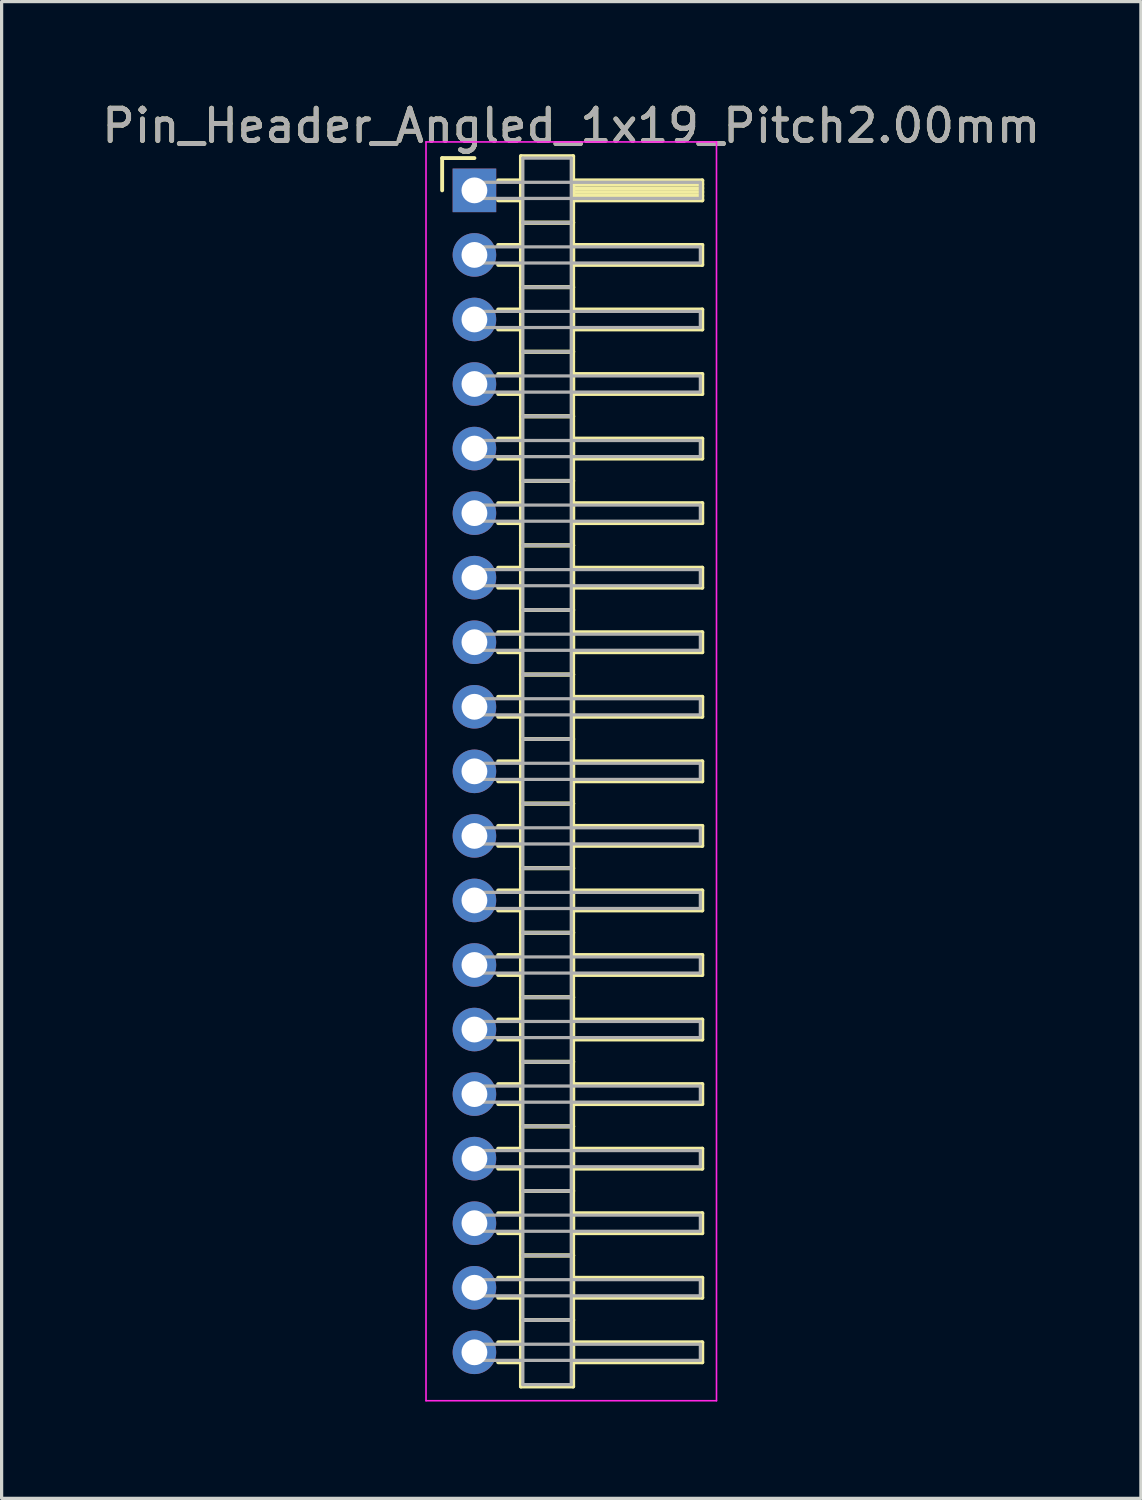
<source format=kicad_pcb>
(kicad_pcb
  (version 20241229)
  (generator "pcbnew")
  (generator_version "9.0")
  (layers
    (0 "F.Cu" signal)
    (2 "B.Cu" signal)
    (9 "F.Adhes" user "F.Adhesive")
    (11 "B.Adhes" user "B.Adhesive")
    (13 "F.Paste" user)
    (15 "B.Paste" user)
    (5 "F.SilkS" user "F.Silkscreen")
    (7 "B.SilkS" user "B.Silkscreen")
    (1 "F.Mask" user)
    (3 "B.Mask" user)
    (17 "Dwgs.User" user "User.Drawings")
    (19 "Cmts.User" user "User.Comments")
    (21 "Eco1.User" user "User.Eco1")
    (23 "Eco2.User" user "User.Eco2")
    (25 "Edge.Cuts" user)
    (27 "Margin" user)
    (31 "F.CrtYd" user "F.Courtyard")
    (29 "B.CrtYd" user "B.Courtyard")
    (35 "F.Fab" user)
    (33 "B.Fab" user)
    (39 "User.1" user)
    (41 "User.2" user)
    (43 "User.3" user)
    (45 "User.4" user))
  (footprint "Pin_Header_Angled_1x19_Pitch2.00mm"
    (layer "F.Cu")
    (at 11.649 2.848)
    (property "Reference" "Pin_Header_Angled_1x19_Pitch2.00mm" (at 3 -2 0) (layer "F.SilkS") (effects (font (size 1 1) (thickness 0.15))))
    (attr through_hole)
    (fp_line (start -1 -1) (end 0 -1) (stroke (width 0.12) (type solid)) (layer "F.SilkS"))
    (fp_line (start -1 0) (end -1 -1) (stroke (width 0.12) (type solid)) (layer "F.SilkS"))
    (fp_line (start 0.735 -0.31) (end 1.44 -0.31) (stroke (width 0.12) (type solid)) (layer "F.SilkS"))
    (fp_line (start 0.735 0.31) (end 1.44 0.31) (stroke (width 0.12) (type solid)) (layer "F.SilkS"))
    (fp_line (start 0.735 1.69) (end 1.44 1.69) (stroke (width 0.12) (type solid)) (layer "F.SilkS"))
    (fp_line (start 0.735 2.31) (end 1.44 2.31) (stroke (width 0.12) (type solid)) (layer "F.SilkS"))
    (fp_line (start 0.735 3.69) (end 1.44 3.69) (stroke (width 0.12) (type solid)) (layer "F.SilkS"))
    (fp_line (start 0.735 4.31) (end 1.44 4.31) (stroke (width 0.12) (type solid)) (layer "F.SilkS"))
    (fp_line (start 0.735 5.69) (end 1.44 5.69) (stroke (width 0.12) (type solid)) (layer "F.SilkS"))
    (fp_line (start 0.735 6.31) (end 1.44 6.31) (stroke (width 0.12) (type solid)) (layer "F.SilkS"))
    (fp_line (start 0.735 7.69) (end 1.44 7.69) (stroke (width 0.12) (type solid)) (layer "F.SilkS"))
    (fp_line (start 0.735 8.31) (end 1.44 8.31) (stroke (width 0.12) (type solid)) (layer "F.SilkS"))
    (fp_line (start 0.735 9.69) (end 1.44 9.69) (stroke (width 0.12) (type solid)) (layer "F.SilkS"))
    (fp_line (start 0.735 10.31) (end 1.44 10.31) (stroke (width 0.12) (type solid)) (layer "F.SilkS"))
    (fp_line (start 0.735 11.69) (end 1.44 11.69) (stroke (width 0.12) (type solid)) (layer "F.SilkS"))
    (fp_line (start 0.735 12.31) (end 1.44 12.31) (stroke (width 0.12) (type solid)) (layer "F.SilkS"))
    (fp_line (start 0.735 13.69) (end 1.44 13.69) (stroke (width 0.12) (type solid)) (layer "F.SilkS"))
    (fp_line (start 0.735 14.31) (end 1.44 14.31) (stroke (width 0.12) (type solid)) (layer "F.SilkS"))
    (fp_line (start 0.735 15.69) (end 1.44 15.69) (stroke (width 0.12) (type solid)) (layer "F.SilkS"))
    (fp_line (start 0.735 16.31) (end 1.44 16.31) (stroke (width 0.12) (type solid)) (layer "F.SilkS"))
    (fp_line (start 0.735 17.69) (end 1.44 17.69) (stroke (width 0.12) (type solid)) (layer "F.SilkS"))
    (fp_line (start 0.735 18.31) (end 1.44 18.31) (stroke (width 0.12) (type solid)) (layer "F.SilkS"))
    (fp_line (start 0.735 19.69) (end 1.44 19.69) (stroke (width 0.12) (type solid)) (layer "F.SilkS"))
    (fp_line (start 0.735 20.31) (end 1.44 20.31) (stroke (width 0.12) (type solid)) (layer "F.SilkS"))
    (fp_line (start 0.735 21.69) (end 1.44 21.69) (stroke (width 0.12) (type solid)) (layer "F.SilkS"))
    (fp_line (start 0.735 22.31) (end 1.44 22.31) (stroke (width 0.12) (type solid)) (layer "F.SilkS"))
    (fp_line (start 0.735 23.69) (end 1.44 23.69) (stroke (width 0.12) (type solid)) (layer "F.SilkS"))
    (fp_line (start 0.735 24.31) (end 1.44 24.31) (stroke (width 0.12) (type solid)) (layer "F.SilkS"))
    (fp_line (start 0.735 25.69) (end 1.44 25.69) (stroke (width 0.12) (type solid)) (layer "F.SilkS"))
    (fp_line (start 0.735 26.31) (end 1.44 26.31) (stroke (width 0.12) (type solid)) (layer "F.SilkS"))
    (fp_line (start 0.735 27.69) (end 1.44 27.69) (stroke (width 0.12) (type solid)) (layer "F.SilkS"))
    (fp_line (start 0.735 28.31) (end 1.44 28.31) (stroke (width 0.12) (type solid)) (layer "F.SilkS"))
    (fp_line (start 0.735 29.69) (end 1.44 29.69) (stroke (width 0.12) (type solid)) (layer "F.SilkS"))
    (fp_line (start 0.735 30.31) (end 1.44 30.31) (stroke (width 0.12) (type solid)) (layer "F.SilkS"))
    (fp_line (start 0.735 31.69) (end 1.44 31.69) (stroke (width 0.12) (type solid)) (layer "F.SilkS"))
    (fp_line (start 0.735 32.31) (end 1.44 32.31) (stroke (width 0.12) (type solid)) (layer "F.SilkS"))
    (fp_line (start 0.735 33.69) (end 1.44 33.69) (stroke (width 0.12) (type solid)) (layer "F.SilkS"))
    (fp_line (start 0.735 34.31) (end 1.44 34.31) (stroke (width 0.12) (type solid)) (layer "F.SilkS"))
    (fp_line (start 0.735 35.69) (end 1.44 35.69) (stroke (width 0.12) (type solid)) (layer "F.SilkS"))
    (fp_line (start 0.735 36.31) (end 1.44 36.31) (stroke (width 0.12) (type solid)) (layer "F.SilkS"))
    (fp_line (start 1.44 -1.06) (end 1.44 1) (stroke (width 0.12) (type solid)) (layer "F.SilkS"))
    (fp_line (start 1.44 1) (end 1.44 3) (stroke (width 0.12) (type solid)) (layer "F.SilkS"))
    (fp_line (start 1.44 1) (end 3.06 1) (stroke (width 0.12) (type solid)) (layer "F.SilkS"))
    (fp_line (start 1.44 3) (end 1.44 5) (stroke (width 0.12) (type solid)) (layer "F.SilkS"))
    (fp_line (start 1.44 3) (end 3.06 3) (stroke (width 0.12) (type solid)) (layer "F.SilkS"))
    (fp_line (start 1.44 5) (end 1.44 7) (stroke (width 0.12) (type solid)) (layer "F.SilkS"))
    (fp_line (start 1.44 5) (end 3.06 5) (stroke (width 0.12) (type solid)) (layer "F.SilkS"))
    (fp_line (start 1.44 7) (end 1.44 9) (stroke (width 0.12) (type solid)) (layer "F.SilkS"))
    (fp_line (start 1.44 7) (end 3.06 7) (stroke (width 0.12) (type solid)) (layer "F.SilkS"))
    (fp_line (start 1.44 9) (end 1.44 11) (stroke (width 0.12) (type solid)) (layer "F.SilkS"))
    (fp_line (start 1.44 9) (end 3.06 9) (stroke (width 0.12) (type solid)) (layer "F.SilkS"))
    (fp_line (start 1.44 11) (end 1.44 13) (stroke (width 0.12) (type solid)) (layer "F.SilkS"))
    (fp_line (start 1.44 11) (end 3.06 11) (stroke (width 0.12) (type solid)) (layer "F.SilkS"))
    (fp_line (start 1.44 13) (end 1.44 15) (stroke (width 0.12) (type solid)) (layer "F.SilkS"))
    (fp_line (start 1.44 13) (end 3.06 13) (stroke (width 0.12) (type solid)) (layer "F.SilkS"))
    (fp_line (start 1.44 15) (end 1.44 17) (stroke (width 0.12) (type solid)) (layer "F.SilkS"))
    (fp_line (start 1.44 15) (end 3.06 15) (stroke (width 0.12) (type solid)) (layer "F.SilkS"))
    (fp_line (start 1.44 17) (end 1.44 19) (stroke (width 0.12) (type solid)) (layer "F.SilkS"))
    (fp_line (start 1.44 17) (end 3.06 17) (stroke (width 0.12) (type solid)) (layer "F.SilkS"))
    (fp_line (start 1.44 19) (end 1.44 21) (stroke (width 0.12) (type solid)) (layer "F.SilkS"))
    (fp_line (start 1.44 19) (end 3.06 19) (stroke (width 0.12) (type solid)) (layer "F.SilkS"))
    (fp_line (start 1.44 21) (end 1.44 23) (stroke (width 0.12) (type solid)) (layer "F.SilkS"))
    (fp_line (start 1.44 21) (end 3.06 21) (stroke (width 0.12) (type solid)) (layer "F.SilkS"))
    (fp_line (start 1.44 23) (end 1.44 25) (stroke (width 0.12) (type solid)) (layer "F.SilkS"))
    (fp_line (start 1.44 23) (end 3.06 23) (stroke (width 0.12) (type solid)) (layer "F.SilkS"))
    (fp_line (start 1.44 25) (end 1.44 27) (stroke (width 0.12) (type solid)) (layer "F.SilkS"))
    (fp_line (start 1.44 25) (end 3.06 25) (stroke (width 0.12) (type solid)) (layer "F.SilkS"))
    (fp_line (start 1.44 27) (end 1.44 29) (stroke (width 0.12) (type solid)) (layer "F.SilkS"))
    (fp_line (start 1.44 27) (end 3.06 27) (stroke (width 0.12) (type solid)) (layer "F.SilkS"))
    (fp_line (start 1.44 29) (end 1.44 31) (stroke (width 0.12) (type solid)) (layer "F.SilkS"))
    (fp_line (start 1.44 29) (end 3.06 29) (stroke (width 0.12) (type solid)) (layer "F.SilkS"))
    (fp_line (start 1.44 31) (end 1.44 33) (stroke (width 0.12) (type solid)) (layer "F.SilkS"))
    (fp_line (start 1.44 31) (end 3.06 31) (stroke (width 0.12) (type solid)) (layer "F.SilkS"))
    (fp_line (start 1.44 33) (end 1.44 35) (stroke (width 0.12) (type solid)) (layer "F.SilkS"))
    (fp_line (start 1.44 33) (end 3.06 33) (stroke (width 0.12) (type solid)) (layer "F.SilkS"))
    (fp_line (start 1.44 35) (end 1.44 37.06) (stroke (width 0.12) (type solid)) (layer "F.SilkS"))
    (fp_line (start 1.44 35) (end 3.06 35) (stroke (width 0.12) (type solid)) (layer "F.SilkS"))
    (fp_line (start 1.44 37.06) (end 3.06 37.06) (stroke (width 0.12) (type solid)) (layer "F.SilkS"))
    (fp_line (start 3.06 -1.06) (end 1.44 -1.06) (stroke (width 0.12) (type solid)) (layer "F.SilkS"))
    (fp_line (start 3.06 -0.31) (end 3.06 0.31) (stroke (width 0.12) (type solid)) (layer "F.SilkS"))
    (fp_line (start 3.06 -0.19) (end 7.06 -0.19) (stroke (width 0.12) (type solid)) (layer "F.SilkS"))
    (fp_line (start 3.06 -0.07) (end 7.06 -0.07) (stroke (width 0.12) (type solid)) (layer "F.SilkS"))
    (fp_line (start 3.06 0.05) (end 7.06 0.05) (stroke (width 0.12) (type solid)) (layer "F.SilkS"))
    (fp_line (start 3.06 0.17) (end 7.06 0.17) (stroke (width 0.12) (type solid)) (layer "F.SilkS"))
    (fp_line (start 3.06 0.29) (end 7.06 0.29) (stroke (width 0.12) (type solid)) (layer "F.SilkS"))
    (fp_line (start 3.06 0.31) (end 7.06 0.31) (stroke (width 0.12) (type solid)) (layer "F.SilkS"))
    (fp_line (start 3.06 1) (end 1.44 1) (stroke (width 0.12) (type solid)) (layer "F.SilkS"))
    (fp_line (start 3.06 1) (end 3.06 -1.06) (stroke (width 0.12) (type solid)) (layer "F.SilkS"))
    (fp_line (start 3.06 1.69) (end 3.06 2.31) (stroke (width 0.12) (type solid)) (layer "F.SilkS"))
    (fp_line (start 3.06 2.31) (end 7.06 2.31) (stroke (width 0.12) (type solid)) (layer "F.SilkS"))
    (fp_line (start 3.06 3) (end 1.44 3) (stroke (width 0.12) (type solid)) (layer "F.SilkS"))
    (fp_line (start 3.06 3) (end 3.06 1) (stroke (width 0.12) (type solid)) (layer "F.SilkS"))
    (fp_line (start 3.06 3.69) (end 3.06 4.31) (stroke (width 0.12) (type solid)) (layer "F.SilkS"))
    (fp_line (start 3.06 4.31) (end 7.06 4.31) (stroke (width 0.12) (type solid)) (layer "F.SilkS"))
    (fp_line (start 3.06 5) (end 1.44 5) (stroke (width 0.12) (type solid)) (layer "F.SilkS"))
    (fp_line (start 3.06 5) (end 3.06 3) (stroke (width 0.12) (type solid)) (layer "F.SilkS"))
    (fp_line (start 3.06 5.69) (end 3.06 6.31) (stroke (width 0.12) (type solid)) (layer "F.SilkS"))
    (fp_line (start 3.06 6.31) (end 7.06 6.31) (stroke (width 0.12) (type solid)) (layer "F.SilkS"))
    (fp_line (start 3.06 7) (end 1.44 7) (stroke (width 0.12) (type solid)) (layer "F.SilkS"))
    (fp_line (start 3.06 7) (end 3.06 5) (stroke (width 0.12) (type solid)) (layer "F.SilkS"))
    (fp_line (start 3.06 7.69) (end 3.06 8.31) (stroke (width 0.12) (type solid)) (layer "F.SilkS"))
    (fp_line (start 3.06 8.31) (end 7.06 8.31) (stroke (width 0.12) (type solid)) (layer "F.SilkS"))
    (fp_line (start 3.06 9) (end 1.44 9) (stroke (width 0.12) (type solid)) (layer "F.SilkS"))
    (fp_line (start 3.06 9) (end 3.06 7) (stroke (width 0.12) (type solid)) (layer "F.SilkS"))
    (fp_line (start 3.06 9.69) (end 3.06 10.31) (stroke (width 0.12) (type solid)) (layer "F.SilkS"))
    (fp_line (start 3.06 10.31) (end 7.06 10.31) (stroke (width 0.12) (type solid)) (layer "F.SilkS"))
    (fp_line (start 3.06 11) (end 1.44 11) (stroke (width 0.12) (type solid)) (layer "F.SilkS"))
    (fp_line (start 3.06 11) (end 3.06 9) (stroke (width 0.12) (type solid)) (layer "F.SilkS"))
    (fp_line (start 3.06 11.69) (end 3.06 12.31) (stroke (width 0.12) (type solid)) (layer "F.SilkS"))
    (fp_line (start 3.06 12.31) (end 7.06 12.31) (stroke (width 0.12) (type solid)) (layer "F.SilkS"))
    (fp_line (start 3.06 13) (end 1.44 13) (stroke (width 0.12) (type solid)) (layer "F.SilkS"))
    (fp_line (start 3.06 13) (end 3.06 11) (stroke (width 0.12) (type solid)) (layer "F.SilkS"))
    (fp_line (start 3.06 13.69) (end 3.06 14.31) (stroke (width 0.12) (type solid)) (layer "F.SilkS"))
    (fp_line (start 3.06 14.31) (end 7.06 14.31) (stroke (width 0.12) (type solid)) (layer "F.SilkS"))
    (fp_line (start 3.06 15) (end 1.44 15) (stroke (width 0.12) (type solid)) (layer "F.SilkS"))
    (fp_line (start 3.06 15) (end 3.06 13) (stroke (width 0.12) (type solid)) (layer "F.SilkS"))
    (fp_line (start 3.06 15.69) (end 3.06 16.31) (stroke (width 0.12) (type solid)) (layer "F.SilkS"))
    (fp_line (start 3.06 16.31) (end 7.06 16.31) (stroke (width 0.12) (type solid)) (layer "F.SilkS"))
    (fp_line (start 3.06 17) (end 1.44 17) (stroke (width 0.12) (type solid)) (layer "F.SilkS"))
    (fp_line (start 3.06 17) (end 3.06 15) (stroke (width 0.12) (type solid)) (layer "F.SilkS"))
    (fp_line (start 3.06 17.69) (end 3.06 18.31) (stroke (width 0.12) (type solid)) (layer "F.SilkS"))
    (fp_line (start 3.06 18.31) (end 7.06 18.31) (stroke (width 0.12) (type solid)) (layer "F.SilkS"))
    (fp_line (start 3.06 19) (end 1.44 19) (stroke (width 0.12) (type solid)) (layer "F.SilkS"))
    (fp_line (start 3.06 19) (end 3.06 17) (stroke (width 0.12) (type solid)) (layer "F.SilkS"))
    (fp_line (start 3.06 19.69) (end 3.06 20.31) (stroke (width 0.12) (type solid)) (layer "F.SilkS"))
    (fp_line (start 3.06 20.31) (end 7.06 20.31) (stroke (width 0.12) (type solid)) (layer "F.SilkS"))
    (fp_line (start 3.06 21) (end 1.44 21) (stroke (width 0.12) (type solid)) (layer "F.SilkS"))
    (fp_line (start 3.06 21) (end 3.06 19) (stroke (width 0.12) (type solid)) (layer "F.SilkS"))
    (fp_line (start 3.06 21.69) (end 3.06 22.31) (stroke (width 0.12) (type solid)) (layer "F.SilkS"))
    (fp_line (start 3.06 22.31) (end 7.06 22.31) (stroke (width 0.12) (type solid)) (layer "F.SilkS"))
    (fp_line (start 3.06 23) (end 1.44 23) (stroke (width 0.12) (type solid)) (layer "F.SilkS"))
    (fp_line (start 3.06 23) (end 3.06 21) (stroke (width 0.12) (type solid)) (layer "F.SilkS"))
    (fp_line (start 3.06 23.69) (end 3.06 24.31) (stroke (width 0.12) (type solid)) (layer "F.SilkS"))
    (fp_line (start 3.06 24.31) (end 7.06 24.31) (stroke (width 0.12) (type solid)) (layer "F.SilkS"))
    (fp_line (start 3.06 25) (end 1.44 25) (stroke (width 0.12) (type solid)) (layer "F.SilkS"))
    (fp_line (start 3.06 25) (end 3.06 23) (stroke (width 0.12) (type solid)) (layer "F.SilkS"))
    (fp_line (start 3.06 25.69) (end 3.06 26.31) (stroke (width 0.12) (type solid)) (layer "F.SilkS"))
    (fp_line (start 3.06 26.31) (end 7.06 26.31) (stroke (width 0.12) (type solid)) (layer "F.SilkS"))
    (fp_line (start 3.06 27) (end 1.44 27) (stroke (width 0.12) (type solid)) (layer "F.SilkS"))
    (fp_line (start 3.06 27) (end 3.06 25) (stroke (width 0.12) (type solid)) (layer "F.SilkS"))
    (fp_line (start 3.06 27.69) (end 3.06 28.31) (stroke (width 0.12) (type solid)) (layer "F.SilkS"))
    (fp_line (start 3.06 28.31) (end 7.06 28.31) (stroke (width 0.12) (type solid)) (layer "F.SilkS"))
    (fp_line (start 3.06 29) (end 1.44 29) (stroke (width 0.12) (type solid)) (layer "F.SilkS"))
    (fp_line (start 3.06 29) (end 3.06 27) (stroke (width 0.12) (type solid)) (layer "F.SilkS"))
    (fp_line (start 3.06 29.69) (end 3.06 30.31) (stroke (width 0.12) (type solid)) (layer "F.SilkS"))
    (fp_line (start 3.06 30.31) (end 7.06 30.31) (stroke (width 0.12) (type solid)) (layer "F.SilkS"))
    (fp_line (start 3.06 31) (end 1.44 31) (stroke (width 0.12) (type solid)) (layer "F.SilkS"))
    (fp_line (start 3.06 31) (end 3.06 29) (stroke (width 0.12) (type solid)) (layer "F.SilkS"))
    (fp_line (start 3.06 31.69) (end 3.06 32.31) (stroke (width 0.12) (type solid)) (layer "F.SilkS"))
    (fp_line (start 3.06 32.31) (end 7.06 32.31) (stroke (width 0.12) (type solid)) (layer "F.SilkS"))
    (fp_line (start 3.06 33) (end 1.44 33) (stroke (width 0.12) (type solid)) (layer "F.SilkS"))
    (fp_line (start 3.06 33) (end 3.06 31) (stroke (width 0.12) (type solid)) (layer "F.SilkS"))
    (fp_line (start 3.06 33.69) (end 3.06 34.31) (stroke (width 0.12) (type solid)) (layer "F.SilkS"))
    (fp_line (start 3.06 34.31) (end 7.06 34.31) (stroke (width 0.12) (type solid)) (layer "F.SilkS"))
    (fp_line (start 3.06 35) (end 1.44 35) (stroke (width 0.12) (type solid)) (layer "F.SilkS"))
    (fp_line (start 3.06 35) (end 3.06 33) (stroke (width 0.12) (type solid)) (layer "F.SilkS"))
    (fp_line (start 3.06 35.69) (end 3.06 36.31) (stroke (width 0.12) (type solid)) (layer "F.SilkS"))
    (fp_line (start 3.06 36.31) (end 7.06 36.31) (stroke (width 0.12) (type solid)) (layer "F.SilkS"))
    (fp_line (start 3.06 37.06) (end 3.06 35) (stroke (width 0.12) (type solid)) (layer "F.SilkS"))
    (fp_line (start 7.06 -0.31) (end 3.06 -0.31) (stroke (width 0.12) (type solid)) (layer "F.SilkS"))
    (fp_line (start 7.06 0.31) (end 7.06 -0.31) (stroke (width 0.12) (type solid)) (layer "F.SilkS"))
    (fp_line (start 7.06 1.69) (end 3.06 1.69) (stroke (width 0.12) (type solid)) (layer "F.SilkS"))
    (fp_line (start 7.06 2.31) (end 7.06 1.69) (stroke (width 0.12) (type solid)) (layer "F.SilkS"))
    (fp_line (start 7.06 3.69) (end 3.06 3.69) (stroke (width 0.12) (type solid)) (layer "F.SilkS"))
    (fp_line (start 7.06 4.31) (end 7.06 3.69) (stroke (width 0.12) (type solid)) (layer "F.SilkS"))
    (fp_line (start 7.06 5.69) (end 3.06 5.69) (stroke (width 0.12) (type solid)) (layer "F.SilkS"))
    (fp_line (start 7.06 6.31) (end 7.06 5.69) (stroke (width 0.12) (type solid)) (layer "F.SilkS"))
    (fp_line (start 7.06 7.69) (end 3.06 7.69) (stroke (width 0.12) (type solid)) (layer "F.SilkS"))
    (fp_line (start 7.06 8.31) (end 7.06 7.69) (stroke (width 0.12) (type solid)) (layer "F.SilkS"))
    (fp_line (start 7.06 9.69) (end 3.06 9.69) (stroke (width 0.12) (type solid)) (layer "F.SilkS"))
    (fp_line (start 7.06 10.31) (end 7.06 9.69) (stroke (width 0.12) (type solid)) (layer "F.SilkS"))
    (fp_line (start 7.06 11.69) (end 3.06 11.69) (stroke (width 0.12) (type solid)) (layer "F.SilkS"))
    (fp_line (start 7.06 12.31) (end 7.06 11.69) (stroke (width 0.12) (type solid)) (layer "F.SilkS"))
    (fp_line (start 7.06 13.69) (end 3.06 13.69) (stroke (width 0.12) (type solid)) (layer "F.SilkS"))
    (fp_line (start 7.06 14.31) (end 7.06 13.69) (stroke (width 0.12) (type solid)) (layer "F.SilkS"))
    (fp_line (start 7.06 15.69) (end 3.06 15.69) (stroke (width 0.12) (type solid)) (layer "F.SilkS"))
    (fp_line (start 7.06 16.31) (end 7.06 15.69) (stroke (width 0.12) (type solid)) (layer "F.SilkS"))
    (fp_line (start 7.06 17.69) (end 3.06 17.69) (stroke (width 0.12) (type solid)) (layer "F.SilkS"))
    (fp_line (start 7.06 18.31) (end 7.06 17.69) (stroke (width 0.12) (type solid)) (layer "F.SilkS"))
    (fp_line (start 7.06 19.69) (end 3.06 19.69) (stroke (width 0.12) (type solid)) (layer "F.SilkS"))
    (fp_line (start 7.06 20.31) (end 7.06 19.69) (stroke (width 0.12) (type solid)) (layer "F.SilkS"))
    (fp_line (start 7.06 21.69) (end 3.06 21.69) (stroke (width 0.12) (type solid)) (layer "F.SilkS"))
    (fp_line (start 7.06 22.31) (end 7.06 21.69) (stroke (width 0.12) (type solid)) (layer "F.SilkS"))
    (fp_line (start 7.06 23.69) (end 3.06 23.69) (stroke (width 0.12) (type solid)) (layer "F.SilkS"))
    (fp_line (start 7.06 24.31) (end 7.06 23.69) (stroke (width 0.12) (type solid)) (layer "F.SilkS"))
    (fp_line (start 7.06 25.69) (end 3.06 25.69) (stroke (width 0.12) (type solid)) (layer "F.SilkS"))
    (fp_line (start 7.06 26.31) (end 7.06 25.69) (stroke (width 0.12) (type solid)) (layer "F.SilkS"))
    (fp_line (start 7.06 27.69) (end 3.06 27.69) (stroke (width 0.12) (type solid)) (layer "F.SilkS"))
    (fp_line (start 7.06 28.31) (end 7.06 27.69) (stroke (width 0.12) (type solid)) (layer "F.SilkS"))
    (fp_line (start 7.06 29.69) (end 3.06 29.69) (stroke (width 0.12) (type solid)) (layer "F.SilkS"))
    (fp_line (start 7.06 30.31) (end 7.06 29.69) (stroke (width 0.12) (type solid)) (layer "F.SilkS"))
    (fp_line (start 7.06 31.69) (end 3.06 31.69) (stroke (width 0.12) (type solid)) (layer "F.SilkS"))
    (fp_line (start 7.06 32.31) (end 7.06 31.69) (stroke (width 0.12) (type solid)) (layer "F.SilkS"))
    (fp_line (start 7.06 33.69) (end 3.06 33.69) (stroke (width 0.12) (type solid)) (layer "F.SilkS"))
    (fp_line (start 7.06 34.31) (end 7.06 33.69) (stroke (width 0.12) (type solid)) (layer "F.SilkS"))
    (fp_line (start 7.06 35.69) (end 3.06 35.69) (stroke (width 0.12) (type solid)) (layer "F.SilkS"))
    (fp_line (start 7.06 36.31) (end 7.06 35.69) (stroke (width 0.12) (type solid)) (layer "F.SilkS"))
    (fp_line (start -1.5 -1.5) (end -1.5 37.5) (stroke (width 0.05) (type solid)) (layer "F.CrtYd"))
    (fp_line (start -1.5 37.5) (end 7.5 37.5) (stroke (width 0.05) (type solid)) (layer "F.CrtYd"))
    (fp_line (start 7.5 -1.5) (end -1.5 -1.5) (stroke (width 0.05) (type solid)) (layer "F.CrtYd"))
    (fp_line (start 7.5 37.5) (end 7.5 -1.5) (stroke (width 0.05) (type solid)) (layer "F.CrtYd"))
    (fp_line (start 0 -0.25) (end 0 0.25) (stroke (width 0.1) (type solid)) (layer "F.Fab"))
    (fp_line (start 0 0.25) (end 7 0.25) (stroke (width 0.1) (type solid)) (layer "F.Fab"))
    (fp_line (start 0 1.75) (end 0 2.25) (stroke (width 0.1) (type solid)) (layer "F.Fab"))
    (fp_line (start 0 2.25) (end 7 2.25) (stroke (width 0.1) (type solid)) (layer "F.Fab"))
    (fp_line (start 0 3.75) (end 0 4.25) (stroke (width 0.1) (type solid)) (layer "F.Fab"))
    (fp_line (start 0 4.25) (end 7 4.25) (stroke (width 0.1) (type solid)) (layer "F.Fab"))
    (fp_line (start 0 5.75) (end 0 6.25) (stroke (width 0.1) (type solid)) (layer "F.Fab"))
    (fp_line (start 0 6.25) (end 7 6.25) (stroke (width 0.1) (type solid)) (layer "F.Fab"))
    (fp_line (start 0 7.75) (end 0 8.25) (stroke (width 0.1) (type solid)) (layer "F.Fab"))
    (fp_line (start 0 8.25) (end 7 8.25) (stroke (width 0.1) (type solid)) (layer "F.Fab"))
    (fp_line (start 0 9.75) (end 0 10.25) (stroke (width 0.1) (type solid)) (layer "F.Fab"))
    (fp_line (start 0 10.25) (end 7 10.25) (stroke (width 0.1) (type solid)) (layer "F.Fab"))
    (fp_line (start 0 11.75) (end 0 12.25) (stroke (width 0.1) (type solid)) (layer "F.Fab"))
    (fp_line (start 0 12.25) (end 7 12.25) (stroke (width 0.1) (type solid)) (layer "F.Fab"))
    (fp_line (start 0 13.75) (end 0 14.25) (stroke (width 0.1) (type solid)) (layer "F.Fab"))
    (fp_line (start 0 14.25) (end 7 14.25) (stroke (width 0.1) (type solid)) (layer "F.Fab"))
    (fp_line (start 0 15.75) (end 0 16.25) (stroke (width 0.1) (type solid)) (layer "F.Fab"))
    (fp_line (start 0 16.25) (end 7 16.25) (stroke (width 0.1) (type solid)) (layer "F.Fab"))
    (fp_line (start 0 17.75) (end 0 18.25) (stroke (width 0.1) (type solid)) (layer "F.Fab"))
    (fp_line (start 0 18.25) (end 7 18.25) (stroke (width 0.1) (type solid)) (layer "F.Fab"))
    (fp_line (start 0 19.75) (end 0 20.25) (stroke (width 0.1) (type solid)) (layer "F.Fab"))
    (fp_line (start 0 20.25) (end 7 20.25) (stroke (width 0.1) (type solid)) (layer "F.Fab"))
    (fp_line (start 0 21.75) (end 0 22.25) (stroke (width 0.1) (type solid)) (layer "F.Fab"))
    (fp_line (start 0 22.25) (end 7 22.25) (stroke (width 0.1) (type solid)) (layer "F.Fab"))
    (fp_line (start 0 23.75) (end 0 24.25) (stroke (width 0.1) (type solid)) (layer "F.Fab"))
    (fp_line (start 0 24.25) (end 7 24.25) (stroke (width 0.1) (type solid)) (layer "F.Fab"))
    (fp_line (start 0 25.75) (end 0 26.25) (stroke (width 0.1) (type solid)) (layer "F.Fab"))
    (fp_line (start 0 26.25) (end 7 26.25) (stroke (width 0.1) (type solid)) (layer "F.Fab"))
    (fp_line (start 0 27.75) (end 0 28.25) (stroke (width 0.1) (type solid)) (layer "F.Fab"))
    (fp_line (start 0 28.25) (end 7 28.25) (stroke (width 0.1) (type solid)) (layer "F.Fab"))
    (fp_line (start 0 29.75) (end 0 30.25) (stroke (width 0.1) (type solid)) (layer "F.Fab"))
    (fp_line (start 0 30.25) (end 7 30.25) (stroke (width 0.1) (type solid)) (layer "F.Fab"))
    (fp_line (start 0 31.75) (end 0 32.25) (stroke (width 0.1) (type solid)) (layer "F.Fab"))
    (fp_line (start 0 32.25) (end 7 32.25) (stroke (width 0.1) (type solid)) (layer "F.Fab"))
    (fp_line (start 0 33.75) (end 0 34.25) (stroke (width 0.1) (type solid)) (layer "F.Fab"))
    (fp_line (start 0 34.25) (end 7 34.25) (stroke (width 0.1) (type solid)) (layer "F.Fab"))
    (fp_line (start 0 35.75) (end 0 36.25) (stroke (width 0.1) (type solid)) (layer "F.Fab"))
    (fp_line (start 0 36.25) (end 7 36.25) (stroke (width 0.1) (type solid)) (layer "F.Fab"))
    (fp_line (start 1.5 -1) (end 1.5 1) (stroke (width 0.1) (type solid)) (layer "F.Fab"))
    (fp_line (start 1.5 1) (end 1.5 3) (stroke (width 0.1) (type solid)) (layer "F.Fab"))
    (fp_line (start 1.5 1) (end 3 1) (stroke (width 0.1) (type solid)) (layer "F.Fab"))
    (fp_line (start 1.5 3) (end 1.5 5) (stroke (width 0.1) (type solid)) (layer "F.Fab"))
    (fp_line (start 1.5 3) (end 3 3) (stroke (width 0.1) (type solid)) (layer "F.Fab"))
    (fp_line (start 1.5 5) (end 1.5 7) (stroke (width 0.1) (type solid)) (layer "F.Fab"))
    (fp_line (start 1.5 5) (end 3 5) (stroke (width 0.1) (type solid)) (layer "F.Fab"))
    (fp_line (start 1.5 7) (end 1.5 9) (stroke (width 0.1) (type solid)) (layer "F.Fab"))
    (fp_line (start 1.5 7) (end 3 7) (stroke (width 0.1) (type solid)) (layer "F.Fab"))
    (fp_line (start 1.5 9) (end 1.5 11) (stroke (width 0.1) (type solid)) (layer "F.Fab"))
    (fp_line (start 1.5 9) (end 3 9) (stroke (width 0.1) (type solid)) (layer "F.Fab"))
    (fp_line (start 1.5 11) (end 1.5 13) (stroke (width 0.1) (type solid)) (layer "F.Fab"))
    (fp_line (start 1.5 11) (end 3 11) (stroke (width 0.1) (type solid)) (layer "F.Fab"))
    (fp_line (start 1.5 13) (end 1.5 15) (stroke (width 0.1) (type solid)) (layer "F.Fab"))
    (fp_line (start 1.5 13) (end 3 13) (stroke (width 0.1) (type solid)) (layer "F.Fab"))
    (fp_line (start 1.5 15) (end 1.5 17) (stroke (width 0.1) (type solid)) (layer "F.Fab"))
    (fp_line (start 1.5 15) (end 3 15) (stroke (width 0.1) (type solid)) (layer "F.Fab"))
    (fp_line (start 1.5 17) (end 1.5 19) (stroke (width 0.1) (type solid)) (layer "F.Fab"))
    (fp_line (start 1.5 17) (end 3 17) (stroke (width 0.1) (type solid)) (layer "F.Fab"))
    (fp_line (start 1.5 19) (end 1.5 21) (stroke (width 0.1) (type solid)) (layer "F.Fab"))
    (fp_line (start 1.5 19) (end 3 19) (stroke (width 0.1) (type solid)) (layer "F.Fab"))
    (fp_line (start 1.5 21) (end 1.5 23) (stroke (width 0.1) (type solid)) (layer "F.Fab"))
    (fp_line (start 1.5 21) (end 3 21) (stroke (width 0.1) (type solid)) (layer "F.Fab"))
    (fp_line (start 1.5 23) (end 1.5 25) (stroke (width 0.1) (type solid)) (layer "F.Fab"))
    (fp_line (start 1.5 23) (end 3 23) (stroke (width 0.1) (type solid)) (layer "F.Fab"))
    (fp_line (start 1.5 25) (end 1.5 27) (stroke (width 0.1) (type solid)) (layer "F.Fab"))
    (fp_line (start 1.5 25) (end 3 25) (stroke (width 0.1) (type solid)) (layer "F.Fab"))
    (fp_line (start 1.5 27) (end 1.5 29) (stroke (width 0.1) (type solid)) (layer "F.Fab"))
    (fp_line (start 1.5 27) (end 3 27) (stroke (width 0.1) (type solid)) (layer "F.Fab"))
    (fp_line (start 1.5 29) (end 1.5 31) (stroke (width 0.1) (type solid)) (layer "F.Fab"))
    (fp_line (start 1.5 29) (end 3 29) (stroke (width 0.1) (type solid)) (layer "F.Fab"))
    (fp_line (start 1.5 31) (end 1.5 33) (stroke (width 0.1) (type solid)) (layer "F.Fab"))
    (fp_line (start 1.5 31) (end 3 31) (stroke (width 0.1) (type solid)) (layer "F.Fab"))
    (fp_line (start 1.5 33) (end 1.5 35) (stroke (width 0.1) (type solid)) (layer "F.Fab"))
    (fp_line (start 1.5 33) (end 3 33) (stroke (width 0.1) (type solid)) (layer "F.Fab"))
    (fp_line (start 1.5 35) (end 1.5 37) (stroke (width 0.1) (type solid)) (layer "F.Fab"))
    (fp_line (start 1.5 35) (end 3 35) (stroke (width 0.1) (type solid)) (layer "F.Fab"))
    (fp_line (start 1.5 37) (end 3 37) (stroke (width 0.1) (type solid)) (layer "F.Fab"))
    (fp_line (start 3 -1) (end 1.5 -1) (stroke (width 0.1) (type solid)) (layer "F.Fab"))
    (fp_line (start 3 1) (end 1.5 1) (stroke (width 0.1) (type solid)) (layer "F.Fab"))
    (fp_line (start 3 1) (end 3 -1) (stroke (width 0.1) (type solid)) (layer "F.Fab"))
    (fp_line (start 3 3) (end 1.5 3) (stroke (width 0.1) (type solid)) (layer "F.Fab"))
    (fp_line (start 3 3) (end 3 1) (stroke (width 0.1) (type solid)) (layer "F.Fab"))
    (fp_line (start 3 5) (end 1.5 5) (stroke (width 0.1) (type solid)) (layer "F.Fab"))
    (fp_line (start 3 5) (end 3 3) (stroke (width 0.1) (type solid)) (layer "F.Fab"))
    (fp_line (start 3 7) (end 1.5 7) (stroke (width 0.1) (type solid)) (layer "F.Fab"))
    (fp_line (start 3 7) (end 3 5) (stroke (width 0.1) (type solid)) (layer "F.Fab"))
    (fp_line (start 3 9) (end 1.5 9) (stroke (width 0.1) (type solid)) (layer "F.Fab"))
    (fp_line (start 3 9) (end 3 7) (stroke (width 0.1) (type solid)) (layer "F.Fab"))
    (fp_line (start 3 11) (end 1.5 11) (stroke (width 0.1) (type solid)) (layer "F.Fab"))
    (fp_line (start 3 11) (end 3 9) (stroke (width 0.1) (type solid)) (layer "F.Fab"))
    (fp_line (start 3 13) (end 1.5 13) (stroke (width 0.1) (type solid)) (layer "F.Fab"))
    (fp_line (start 3 13) (end 3 11) (stroke (width 0.1) (type solid)) (layer "F.Fab"))
    (fp_line (start 3 15) (end 1.5 15) (stroke (width 0.1) (type solid)) (layer "F.Fab"))
    (fp_line (start 3 15) (end 3 13) (stroke (width 0.1) (type solid)) (layer "F.Fab"))
    (fp_line (start 3 17) (end 1.5 17) (stroke (width 0.1) (type solid)) (layer "F.Fab"))
    (fp_line (start 3 17) (end 3 15) (stroke (width 0.1) (type solid)) (layer "F.Fab"))
    (fp_line (start 3 19) (end 1.5 19) (stroke (width 0.1) (type solid)) (layer "F.Fab"))
    (fp_line (start 3 19) (end 3 17) (stroke (width 0.1) (type solid)) (layer "F.Fab"))
    (fp_line (start 3 21) (end 1.5 21) (stroke (width 0.1) (type solid)) (layer "F.Fab"))
    (fp_line (start 3 21) (end 3 19) (stroke (width 0.1) (type solid)) (layer "F.Fab"))
    (fp_line (start 3 23) (end 1.5 23) (stroke (width 0.1) (type solid)) (layer "F.Fab"))
    (fp_line (start 3 23) (end 3 21) (stroke (width 0.1) (type solid)) (layer "F.Fab"))
    (fp_line (start 3 25) (end 1.5 25) (stroke (width 0.1) (type solid)) (layer "F.Fab"))
    (fp_line (start 3 25) (end 3 23) (stroke (width 0.1) (type solid)) (layer "F.Fab"))
    (fp_line (start 3 27) (end 1.5 27) (stroke (width 0.1) (type solid)) (layer "F.Fab"))
    (fp_line (start 3 27) (end 3 25) (stroke (width 0.1) (type solid)) (layer "F.Fab"))
    (fp_line (start 3 29) (end 1.5 29) (stroke (width 0.1) (type solid)) (layer "F.Fab"))
    (fp_line (start 3 29) (end 3 27) (stroke (width 0.1) (type solid)) (layer "F.Fab"))
    (fp_line (start 3 31) (end 1.5 31) (stroke (width 0.1) (type solid)) (layer "F.Fab"))
    (fp_line (start 3 31) (end 3 29) (stroke (width 0.1) (type solid)) (layer "F.Fab"))
    (fp_line (start 3 33) (end 1.5 33) (stroke (width 0.1) (type solid)) (layer "F.Fab"))
    (fp_line (start 3 33) (end 3 31) (stroke (width 0.1) (type solid)) (layer "F.Fab"))
    (fp_line (start 3 35) (end 1.5 35) (stroke (width 0.1) (type solid)) (layer "F.Fab"))
    (fp_line (start 3 35) (end 3 33) (stroke (width 0.1) (type solid)) (layer "F.Fab"))
    (fp_line (start 3 37) (end 3 35) (stroke (width 0.1) (type solid)) (layer "F.Fab"))
    (fp_line (start 7 -0.25) (end 0 -0.25) (stroke (width 0.1) (type solid)) (layer "F.Fab"))
    (fp_line (start 7 0.25) (end 7 -0.25) (stroke (width 0.1) (type solid)) (layer "F.Fab"))
    (fp_line (start 7 1.75) (end 0 1.75) (stroke (width 0.1) (type solid)) (layer "F.Fab"))
    (fp_line (start 7 2.25) (end 7 1.75) (stroke (width 0.1) (type solid)) (layer "F.Fab"))
    (fp_line (start 7 3.75) (end 0 3.75) (stroke (width 0.1) (type solid)) (layer "F.Fab"))
    (fp_line (start 7 4.25) (end 7 3.75) (stroke (width 0.1) (type solid)) (layer "F.Fab"))
    (fp_line (start 7 5.75) (end 0 5.75) (stroke (width 0.1) (type solid)) (layer "F.Fab"))
    (fp_line (start 7 6.25) (end 7 5.75) (stroke (width 0.1) (type solid)) (layer "F.Fab"))
    (fp_line (start 7 7.75) (end 0 7.75) (stroke (width 0.1) (type solid)) (layer "F.Fab"))
    (fp_line (start 7 8.25) (end 7 7.75) (stroke (width 0.1) (type solid)) (layer "F.Fab"))
    (fp_line (start 7 9.75) (end 0 9.75) (stroke (width 0.1) (type solid)) (layer "F.Fab"))
    (fp_line (start 7 10.25) (end 7 9.75) (stroke (width 0.1) (type solid)) (layer "F.Fab"))
    (fp_line (start 7 11.75) (end 0 11.75) (stroke (width 0.1) (type solid)) (layer "F.Fab"))
    (fp_line (start 7 12.25) (end 7 11.75) (stroke (width 0.1) (type solid)) (layer "F.Fab"))
    (fp_line (start 7 13.75) (end 0 13.75) (stroke (width 0.1) (type solid)) (layer "F.Fab"))
    (fp_line (start 7 14.25) (end 7 13.75) (stroke (width 0.1) (type solid)) (layer "F.Fab"))
    (fp_line (start 7 15.75) (end 0 15.75) (stroke (width 0.1) (type solid)) (layer "F.Fab"))
    (fp_line (start 7 16.25) (end 7 15.75) (stroke (width 0.1) (type solid)) (layer "F.Fab"))
    (fp_line (start 7 17.75) (end 0 17.75) (stroke (width 0.1) (type solid)) (layer "F.Fab"))
    (fp_line (start 7 18.25) (end 7 17.75) (stroke (width 0.1) (type solid)) (layer "F.Fab"))
    (fp_line (start 7 19.75) (end 0 19.75) (stroke (width 0.1) (type solid)) (layer "F.Fab"))
    (fp_line (start 7 20.25) (end 7 19.75) (stroke (width 0.1) (type solid)) (layer "F.Fab"))
    (fp_line (start 7 21.75) (end 0 21.75) (stroke (width 0.1) (type solid)) (layer "F.Fab"))
    (fp_line (start 7 22.25) (end 7 21.75) (stroke (width 0.1) (type solid)) (layer "F.Fab"))
    (fp_line (start 7 23.75) (end 0 23.75) (stroke (width 0.1) (type solid)) (layer "F.Fab"))
    (fp_line (start 7 24.25) (end 7 23.75) (stroke (width 0.1) (type solid)) (layer "F.Fab"))
    (fp_line (start 7 25.75) (end 0 25.75) (stroke (width 0.1) (type solid)) (layer "F.Fab"))
    (fp_line (start 7 26.25) (end 7 25.75) (stroke (width 0.1) (type solid)) (layer "F.Fab"))
    (fp_line (start 7 27.75) (end 0 27.75) (stroke (width 0.1) (type solid)) (layer "F.Fab"))
    (fp_line (start 7 28.25) (end 7 27.75) (stroke (width 0.1) (type solid)) (layer "F.Fab"))
    (fp_line (start 7 29.75) (end 0 29.75) (stroke (width 0.1) (type solid)) (layer "F.Fab"))
    (fp_line (start 7 30.25) (end 7 29.75) (stroke (width 0.1) (type solid)) (layer "F.Fab"))
    (fp_line (start 7 31.75) (end 0 31.75) (stroke (width 0.1) (type solid)) (layer "F.Fab"))
    (fp_line (start 7 32.25) (end 7 31.75) (stroke (width 0.1) (type solid)) (layer "F.Fab"))
    (fp_line (start 7 33.75) (end 0 33.75) (stroke (width 0.1) (type solid)) (layer "F.Fab"))
    (fp_line (start 7 34.25) (end 7 33.75) (stroke (width 0.1) (type solid)) (layer "F.Fab"))
    (fp_line (start 7 35.75) (end 0 35.75) (stroke (width 0.1) (type solid)) (layer "F.Fab"))
    (fp_line (start 7 36.25) (end 7 35.75) (stroke (width 0.1) (type solid)) (layer "F.Fab"))
    (fp_text user "${REFERENCE}" (at 3 -2 0) (layer "F.Fab") (effects (font (size 1 1) (thickness 0.15))))
    (pad "1" thru_hole rect (at 0 0) (size 1.35 1.35) (drill 0.8) (layers "*.Cu" "*.Mask"))
    (pad "2" thru_hole oval (at 0 2) (size 1.35 1.35) (drill 0.8) (layers "*.Cu" "*.Mask"))
    (pad "3" thru_hole oval (at 0 4) (size 1.35 1.35) (drill 0.8) (layers "*.Cu" "*.Mask"))
    (pad "4" thru_hole oval (at 0 6) (size 1.35 1.35) (drill 0.8) (layers "*.Cu" "*.Mask"))
    (pad "5" thru_hole oval (at 0 8) (size 1.35 1.35) (drill 0.8) (layers "*.Cu" "*.Mask"))
    (pad "6" thru_hole oval (at 0 10) (size 1.35 1.35) (drill 0.8) (layers "*.Cu" "*.Mask"))
    (pad "7" thru_hole oval (at 0 12) (size 1.35 1.35) (drill 0.8) (layers "*.Cu" "*.Mask"))
    (pad "8" thru_hole oval (at 0 14) (size 1.35 1.35) (drill 0.8) (layers "*.Cu" "*.Mask"))
    (pad "9" thru_hole oval (at 0 16) (size 1.35 1.35) (drill 0.8) (layers "*.Cu" "*.Mask"))
    (pad "10" thru_hole oval (at 0 18) (size 1.35 1.35) (drill 0.8) (layers "*.Cu" "*.Mask"))
    (pad "11" thru_hole oval (at 0 20) (size 1.35 1.35) (drill 0.8) (layers "*.Cu" "*.Mask"))
    (pad "12" thru_hole oval (at 0 22) (size 1.35 1.35) (drill 0.8) (layers "*.Cu" "*.Mask"))
    (pad "13" thru_hole oval (at 0 24) (size 1.35 1.35) (drill 0.8) (layers "*.Cu" "*.Mask"))
    (pad "14" thru_hole oval (at 0 26) (size 1.35 1.35) (drill 0.8) (layers "*.Cu" "*.Mask"))
    (pad "15" thru_hole oval (at 0 28) (size 1.35 1.35) (drill 0.8) (layers "*.Cu" "*.Mask"))
    (pad "16" thru_hole oval (at 0 30) (size 1.35 1.35) (drill 0.8) (layers "*.Cu" "*.Mask"))
    (pad "17" thru_hole oval (at 0 32) (size 1.35 1.35) (drill 0.8) (layers "*.Cu" "*.Mask"))
    (pad "18" thru_hole oval (at 0 34) (size 1.35 1.35) (drill 0.8) (layers "*.Cu" "*.Mask"))
    (pad "19" thru_hole oval (at 0 36) (size 1.35 1.35) (drill 0.8) (layers "*.Cu" "*.Mask")))
  (gr_rect
    (start -3 -3)
    (end 32.298 43.373)
    (stroke (width 0.1) (type default))
    (fill no)
    (layer "Edge.Cuts")))
</source>
